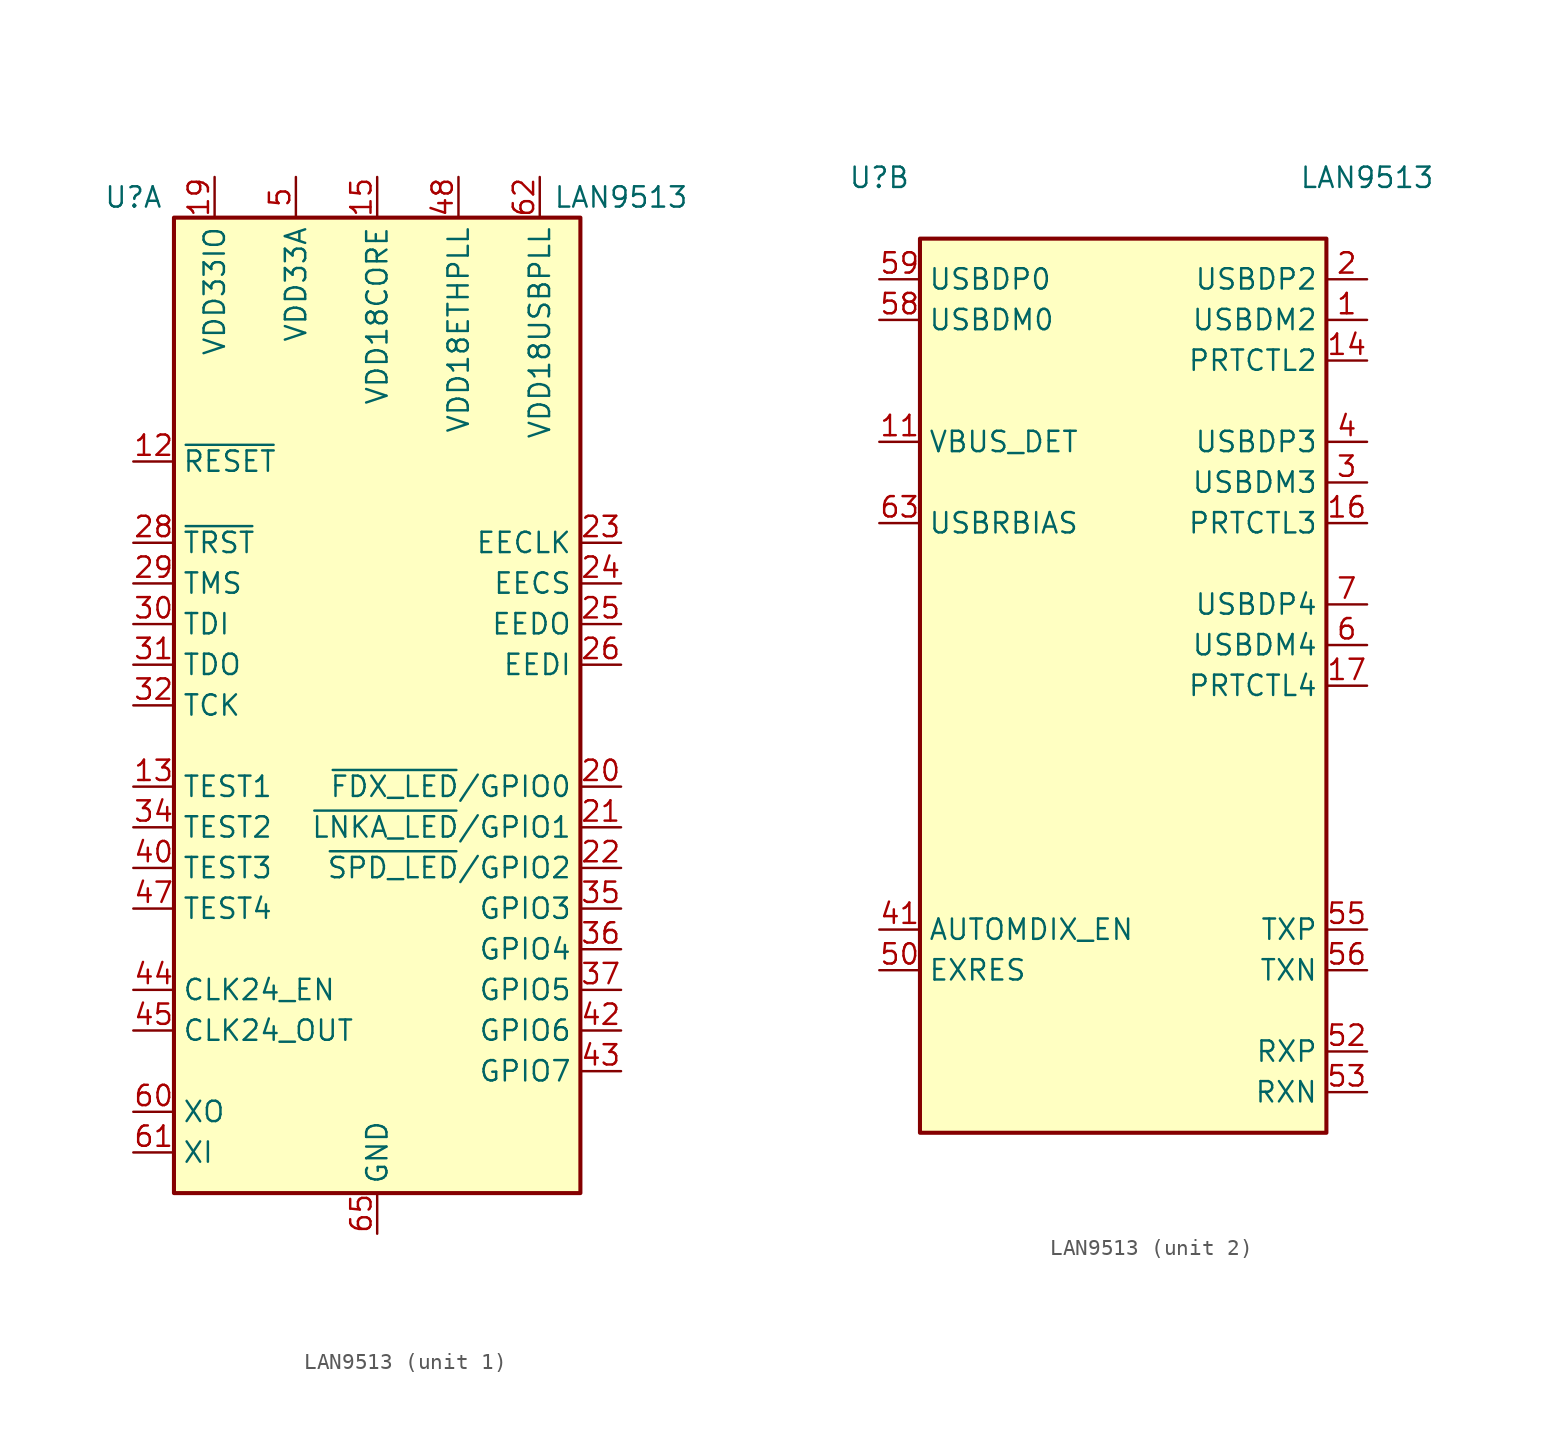
<source format=kicad_sym>
(kicad_symbol_lib
  (version 20220914)
  (generator kicad_symbol_editor)
  (symbol "LAN9513"
    (property "Reference" "U"
      (at -15.24 31.75 0)
      (effects (font (size 1.27 1.27))))
    (property "Value" "LAN9513"
      (at 15.24 31.75 0)
      (effects (font (size 1.27 1.27))))
    (property "ki_locked" ""
      (at 0 0 0)
      (effects (font (size 1.27 1.27))))
    (symbol "LAN9513_1_1"
      (rectangle (start -12.7 30.48) (end 12.7 -30.48) (stroke (width 0.254) (type default)) (fill (type background)))
      (pin passive line (at -5.08 33.02 270) (length 2.54) hide (name "VDD33A" (effects (font (size 1.27 1.27)))) (number "10" (effects (font (size 1.27 1.27)))))
      (pin input line (at -15.24 15.24 0) (length 2.54) (name "~{RESET}" (effects (font (size 1.27 1.27)))) (number "12" (effects (font (size 1.27 1.27)))))
      (pin input line (at -15.24 -5.08 0) (length 2.54) (name "TEST1" (effects (font (size 1.27 1.27)))) (number "13" (effects (font (size 1.27 1.27)))))
      (pin power_in line (at 0 33.02 270) (length 2.54) (name "VDD18CORE" (effects (font (size 1.27 1.27)))) (number "15" (effects (font (size 1.27 1.27)))))
      (pin power_in line (at -10.16 33.02 270) (length 2.54) (name "VDD33IO" (effects (font (size 1.27 1.27)))) (number "19" (effects (font (size 1.27 1.27)))))
      (pin bidirectional line (at 15.24 -5.08 180) (length 2.54) (name "~{FDX_LED}/GPIO0" (effects (font (size 1.27 1.27)))) (number "20" (effects (font (size 1.27 1.27)))))
      (pin bidirectional line (at 15.24 -7.62 180) (length 2.54) (name "~{LNKA_LED}/GPIO1" (effects (font (size 1.27 1.27)))) (number "21" (effects (font (size 1.27 1.27)))))
      (pin bidirectional line (at 15.24 -10.16 180) (length 2.54) (name "~{SPD_LED}/GPIO2" (effects (font (size 1.27 1.27)))) (number "22" (effects (font (size 1.27 1.27)))))
      (pin output line (at 15.24 10.16 180) (length 2.54) (name "EECLK" (effects (font (size 1.27 1.27)))) (number "23" (effects (font (size 1.27 1.27)))))
      (pin output line (at 15.24 7.62 180) (length 2.54) (name "EECS" (effects (font (size 1.27 1.27)))) (number "24" (effects (font (size 1.27 1.27)))))
      (pin output line (at 15.24 5.08 180) (length 2.54) (name "EEDO" (effects (font (size 1.27 1.27)))) (number "25" (effects (font (size 1.27 1.27)))))
      (pin input line (at 15.24 2.54 180) (length 2.54) (name "EEDI" (effects (font (size 1.27 1.27)))) (number "26" (effects (font (size 1.27 1.27)))))
      (pin passive line (at -10.16 33.02 270) (length 2.54) hide (name "VDD33IO" (effects (font (size 1.27 1.27)))) (number "27" (effects (font (size 1.27 1.27)))))
      (pin input line (at -15.24 10.16 0) (length 2.54) (name "~{TRST}" (effects (font (size 1.27 1.27)))) (number "28" (effects (font (size 1.27 1.27)))))
      (pin input line (at -15.24 7.62 0) (length 2.54) (name "TMS" (effects (font (size 1.27 1.27)))) (number "29" (effects (font (size 1.27 1.27)))))
      (pin input line (at -15.24 5.08 0) (length 2.54) (name "TDI" (effects (font (size 1.27 1.27)))) (number "30" (effects (font (size 1.27 1.27)))))
      (pin output line (at -15.24 2.54 0) (length 2.54) (name "TDO" (effects (font (size 1.27 1.27)))) (number "31" (effects (font (size 1.27 1.27)))))
      (pin input line (at -15.24 0 0) (length 2.54) (name "TCK" (effects (font (size 1.27 1.27)))) (number "32" (effects (font (size 1.27 1.27)))))
      (pin passive line (at -10.16 33.02 270) (length 2.54) hide (name "VDD33IO" (effects (font (size 1.27 1.27)))) (number "33" (effects (font (size 1.27 1.27)))))
      (pin input line (at -15.24 -7.62 0) (length 2.54) (name "TEST2" (effects (font (size 1.27 1.27)))) (number "34" (effects (font (size 1.27 1.27)))))
      (pin bidirectional line (at 15.24 -12.7 180) (length 2.54) (name "GPIO3" (effects (font (size 1.27 1.27)))) (number "35" (effects (font (size 1.27 1.27)))))
      (pin bidirectional line (at 15.24 -15.24 180) (length 2.54) (name "GPIO4" (effects (font (size 1.27 1.27)))) (number "36" (effects (font (size 1.27 1.27)))))
      (pin bidirectional line (at 15.24 -17.78 180) (length 2.54) (name "GPIO5" (effects (font (size 1.27 1.27)))) (number "37" (effects (font (size 1.27 1.27)))))
      (pin passive line (at 0 33.02 270) (length 2.54) hide (name "VDD18CORE" (effects (font (size 1.27 1.27)))) (number "38" (effects (font (size 1.27 1.27)))))
      (pin passive line (at -10.16 33.02 270) (length 2.54) hide (name "VDD33IO" (effects (font (size 1.27 1.27)))) (number "39" (effects (font (size 1.27 1.27)))))
      (pin input line (at -15.24 -10.16 0) (length 2.54) (name "TEST3" (effects (font (size 1.27 1.27)))) (number "40" (effects (font (size 1.27 1.27)))))
      (pin bidirectional line (at 15.24 -20.32 180) (length 2.54) (name "GPIO6" (effects (font (size 1.27 1.27)))) (number "42" (effects (font (size 1.27 1.27)))))
      (pin bidirectional line (at 15.24 -22.86 180) (length 2.54) (name "GPIO7" (effects (font (size 1.27 1.27)))) (number "43" (effects (font (size 1.27 1.27)))))
      (pin input line (at -15.24 -17.78 0) (length 2.54) (name "CLK24_EN" (effects (font (size 1.27 1.27)))) (number "44" (effects (font (size 1.27 1.27)))))
      (pin output line (at -15.24 -20.32 0) (length 2.54) (name "CLK24_OUT" (effects (font (size 1.27 1.27)))) (number "45" (effects (font (size 1.27 1.27)))))
      (pin passive line (at -10.16 33.02 270) (length 2.54) hide (name "VDD33IO" (effects (font (size 1.27 1.27)))) (number "46" (effects (font (size 1.27 1.27)))))
      (pin input line (at -15.24 -12.7 0) (length 2.54) (name "TEST4" (effects (font (size 1.27 1.27)))) (number "47" (effects (font (size 1.27 1.27)))))
      (pin power_in line (at 5.08 33.02 270) (length 2.54) (name "VDD18ETHPLL" (effects (font (size 1.27 1.27)))) (number "48" (effects (font (size 1.27 1.27)))))
      (pin passive line (at -5.08 33.02 270) (length 2.54) hide (name "VDD33A" (effects (font (size 1.27 1.27)))) (number "49" (effects (font (size 1.27 1.27)))))
      (pin power_in line (at -5.08 33.02 270) (length 2.54) (name "VDD33A" (effects (font (size 1.27 1.27)))) (number "5" (effects (font (size 1.27 1.27)))))
      (pin passive line (at -5.08 33.02 270) (length 2.54) hide (name "VDD33A" (effects (font (size 1.27 1.27)))) (number "51" (effects (font (size 1.27 1.27)))))
      (pin passive line (at -5.08 33.02 270) (length 2.54) hide (name "VDD33A" (effects (font (size 1.27 1.27)))) (number "54" (effects (font (size 1.27 1.27)))))
      (pin passive line (at -5.08 33.02 270) (length 2.54) hide (name "VDD33A" (effects (font (size 1.27 1.27)))) (number "57" (effects (font (size 1.27 1.27)))))
      (pin input line (at -15.24 -25.4 0) (length 2.54) (name "XO" (effects (font (size 1.27 1.27)))) (number "60" (effects (font (size 1.27 1.27)))))
      (pin input line (at -15.24 -27.94 0) (length 2.54) (name "XI" (effects (font (size 1.27 1.27)))) (number "61" (effects (font (size 1.27 1.27)))))
      (pin power_in line (at 10.16 33.02 270) (length 2.54) (name "VDD18USBPLL" (effects (font (size 1.27 1.27)))) (number "62" (effects (font (size 1.27 1.27)))))
      (pin passive line (at -5.08 33.02 270) (length 2.54) hide (name "VDD33A" (effects (font (size 1.27 1.27)))) (number "64" (effects (font (size 1.27 1.27)))))
      (pin power_in line (at 0 -33.02 90) (length 2.54) (name "GND" (effects (font (size 1.27 1.27)))) (number "65" (effects (font (size 1.27 1.27))))))
    (symbol "LAN9513_2_1"
      (rectangle (start 12.7 -27.94) (end -12.7 27.94) (stroke (width 0.254) (type default)) (fill (type background)))
      (pin bidirectional line (at 15.24 22.86 180) (length 2.54) (name "USBDM2" (effects (font (size 1.27 1.27)))) (number "1" (effects (font (size 1.27 1.27)))))
      (pin input line (at -15.24 15.24 0) (length 2.54) (name "VBUS_DET" (effects (font (size 1.27 1.27)))) (number "11" (effects (font (size 1.27 1.27)))))
      (pin bidirectional line (at 15.24 20.32 180) (length 2.54) (name "PRTCTL2" (effects (font (size 1.27 1.27)))) (number "14" (effects (font (size 1.27 1.27)))))
      (pin bidirectional line (at 15.24 10.16 180) (length 2.54) (name "PRTCTL3" (effects (font (size 1.27 1.27)))) (number "16" (effects (font (size 1.27 1.27)))))
      (pin bidirectional line (at 15.24 0 180) (length 2.54) (name "PRTCTL4" (effects (font (size 1.27 1.27)))) (number "17" (effects (font (size 1.27 1.27)))))
      (pin no_connect line (at 12.7 -10.16 180) (length 2.54) hide (name "NC" (effects (font (size 1.27 1.27)))) (number "18" (effects (font (size 1.27 1.27)))))
      (pin bidirectional line (at 15.24 25.4 180) (length 2.54) (name "USBDP2" (effects (font (size 1.27 1.27)))) (number "2" (effects (font (size 1.27 1.27)))))
      (pin bidirectional line (at 15.24 12.7 180) (length 2.54) (name "USBDM3" (effects (font (size 1.27 1.27)))) (number "3" (effects (font (size 1.27 1.27)))))
      (pin bidirectional line (at 15.24 15.24 180) (length 2.54) (name "USBDP3" (effects (font (size 1.27 1.27)))) (number "4" (effects (font (size 1.27 1.27)))))
      (pin input line (at -15.24 -15.24 0) (length 2.54) (name "AUTOMDIX_EN" (effects (font (size 1.27 1.27)))) (number "41" (effects (font (size 1.27 1.27)))))
      (pin input line (at -15.24 -17.78 0) (length 2.54) (name "EXRES" (effects (font (size 1.27 1.27)))) (number "50" (effects (font (size 1.27 1.27)))))
      (pin input line (at 15.24 -22.86 180) (length 2.54) (name "RXP" (effects (font (size 1.27 1.27)))) (number "52" (effects (font (size 1.27 1.27)))))
      (pin input line (at 15.24 -25.4 180) (length 2.54) (name "RXN" (effects (font (size 1.27 1.27)))) (number "53" (effects (font (size 1.27 1.27)))))
      (pin output line (at 15.24 -15.24 180) (length 2.54) (name "TXP" (effects (font (size 1.27 1.27)))) (number "55" (effects (font (size 1.27 1.27)))))
      (pin output line (at 15.24 -17.78 180) (length 2.54) (name "TXN" (effects (font (size 1.27 1.27)))) (number "56" (effects (font (size 1.27 1.27)))))
      (pin bidirectional line (at -15.24 22.86 0) (length 2.54) (name "USBDM0" (effects (font (size 1.27 1.27)))) (number "58" (effects (font (size 1.27 1.27)))))
      (pin bidirectional line (at -15.24 25.4 0) (length 2.54) (name "USBDP0" (effects (font (size 1.27 1.27)))) (number "59" (effects (font (size 1.27 1.27)))))
      (pin bidirectional line (at 15.24 2.54 180) (length 2.54) (name "USBDM4" (effects (font (size 1.27 1.27)))) (number "6" (effects (font (size 1.27 1.27)))))
      (pin input line (at -15.24 10.16 0) (length 2.54) (name "USBRBIAS" (effects (font (size 1.27 1.27)))) (number "63" (effects (font (size 1.27 1.27)))))
      (pin bidirectional line (at 15.24 5.08 180) (length 2.54) (name "USBDP4" (effects (font (size 1.27 1.27)))) (number "7" (effects (font (size 1.27 1.27)))))
      (pin no_connect line (at 12.7 -7.62 180) (length 2.54) hide (name "NC" (effects (font (size 1.27 1.27)))) (number "8" (effects (font (size 1.27 1.27)))))
      (pin no_connect line (at 12.7 -5.08 180) (length 2.54) hide (name "NC" (effects (font (size 1.27 1.27)))) (number "9" (effects (font (size 1.27 1.27))))))))
</source>
